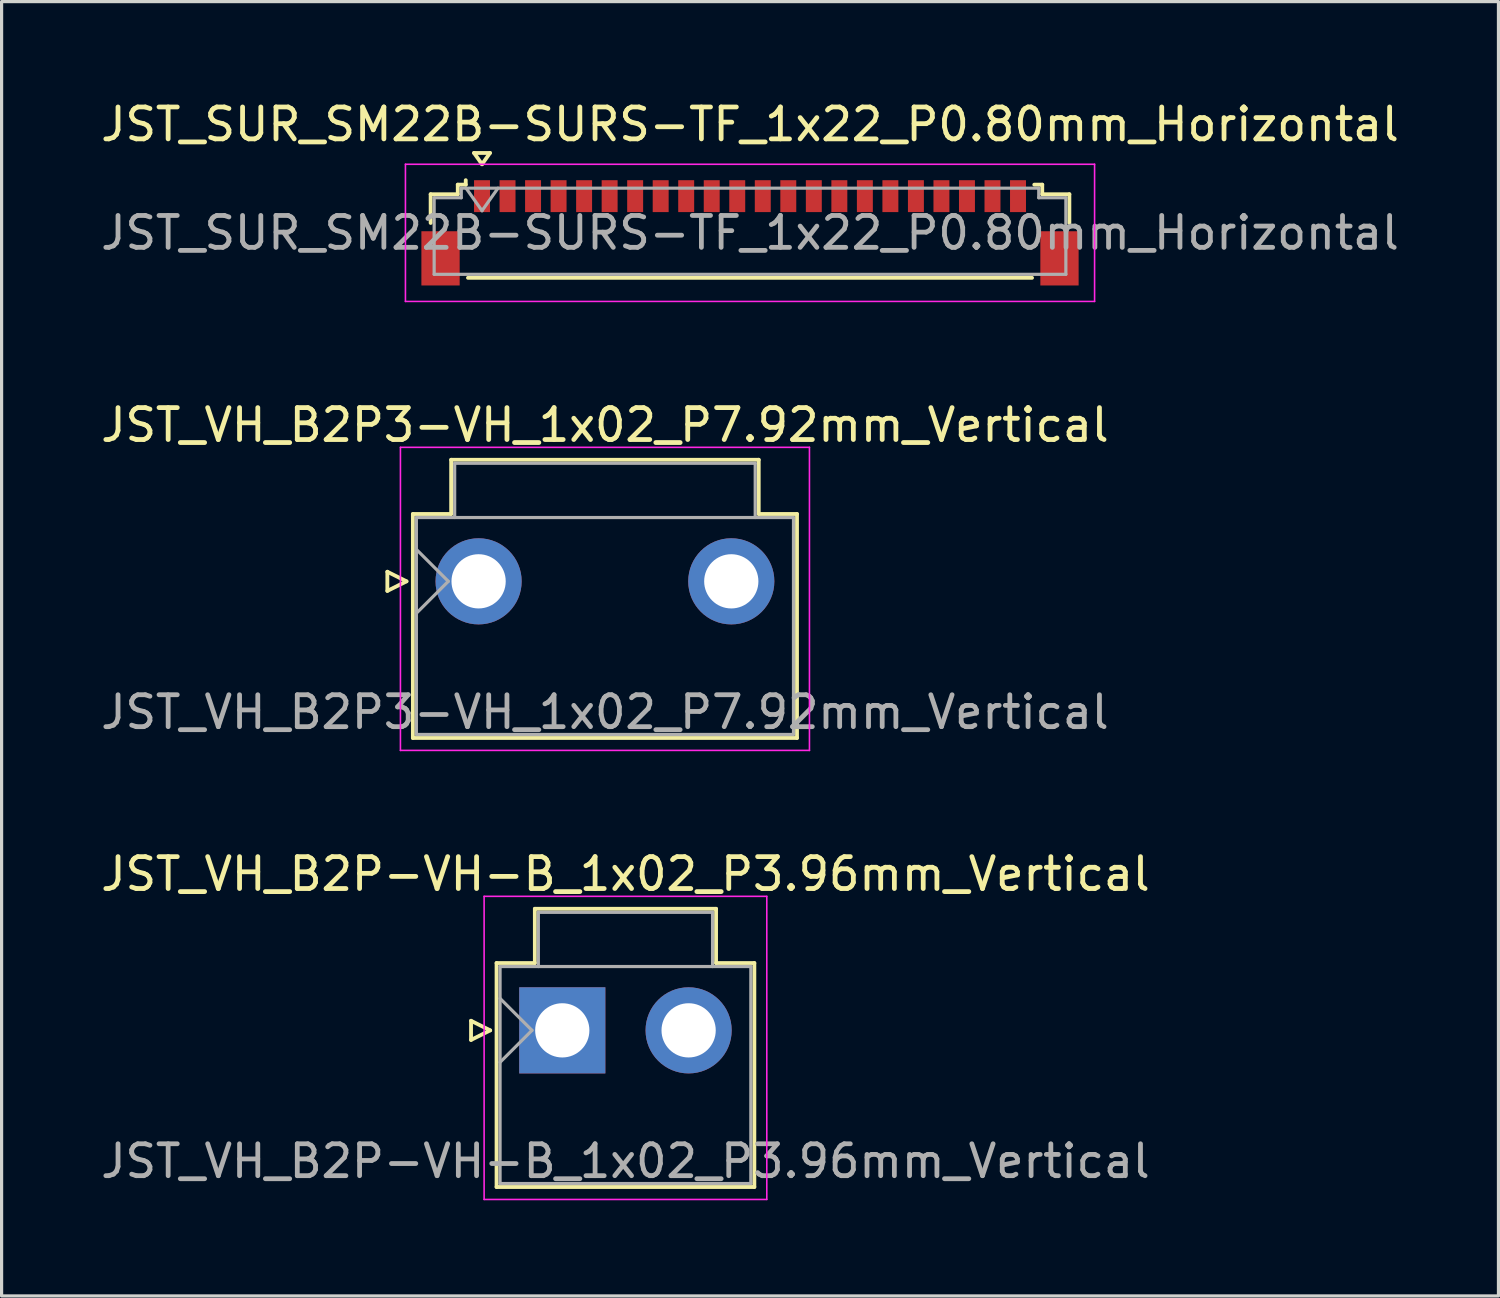
<source format=kicad_pcb>
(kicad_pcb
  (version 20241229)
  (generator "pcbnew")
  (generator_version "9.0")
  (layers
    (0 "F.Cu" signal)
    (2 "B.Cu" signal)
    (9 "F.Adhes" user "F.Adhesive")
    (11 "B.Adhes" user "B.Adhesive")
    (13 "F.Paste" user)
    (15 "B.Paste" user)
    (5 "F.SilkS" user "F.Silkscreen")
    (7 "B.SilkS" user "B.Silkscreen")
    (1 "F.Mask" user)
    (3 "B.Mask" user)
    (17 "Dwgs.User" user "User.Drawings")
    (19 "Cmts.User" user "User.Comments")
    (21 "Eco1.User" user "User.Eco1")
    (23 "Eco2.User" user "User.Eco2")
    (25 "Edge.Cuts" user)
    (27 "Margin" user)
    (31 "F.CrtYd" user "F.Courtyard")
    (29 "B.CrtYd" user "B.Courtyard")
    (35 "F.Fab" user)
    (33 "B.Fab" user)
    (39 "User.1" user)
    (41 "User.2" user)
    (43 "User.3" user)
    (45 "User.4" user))
  (footprint "JST_VH_B2P-VH-B_1x02_P3.96mm_Vertical"
    (layer "F.Cu")
    (at 14.574 29.245)
    (property "Reference" "JST_VH_B2P-VH-B_1x02_P3.96mm_Vertical" (at 1.98 -4.9 0) (layer "F.SilkS") (effects (font (size 1 1) (thickness 0.15))))
    (attr through_hole)
    (fp_line (start -2.86 -0.3) (end -2.26 0) (stroke (width 0.12) (type solid)) (layer "F.SilkS"))
    (fp_line (start -2.86 0.3) (end -2.86 -0.3) (stroke (width 0.12) (type solid)) (layer "F.SilkS"))
    (fp_line (start -2.26 0) (end -2.86 0.3) (stroke (width 0.12) (type solid)) (layer "F.SilkS"))
    (fp_line (start -2.06 -2.11) (end -0.86 -2.11) (stroke (width 0.12) (type solid)) (layer "F.SilkS"))
    (fp_line (start -2.06 4.91) (end -2.06 -2.11) (stroke (width 0.12) (type solid)) (layer "F.SilkS"))
    (fp_line (start -0.86 -3.81) (end 4.82 -3.81) (stroke (width 0.12) (type solid)) (layer "F.SilkS"))
    (fp_line (start -0.86 -2.11) (end -0.86 -3.81) (stroke (width 0.12) (type solid)) (layer "F.SilkS"))
    (fp_line (start 4.82 -3.81) (end 4.82 -2.11) (stroke (width 0.12) (type solid)) (layer "F.SilkS"))
    (fp_line (start 4.82 -2.11) (end 6.02 -2.11) (stroke (width 0.12) (type solid)) (layer "F.SilkS"))
    (fp_line (start 6.02 -2.11) (end 6.02 4.91) (stroke (width 0.12) (type solid)) (layer "F.SilkS"))
    (fp_line (start 6.02 4.91) (end -2.06 4.91) (stroke (width 0.12) (type solid)) (layer "F.SilkS"))
    (fp_line (start -2.45 -4.2) (end -2.45 5.3) (stroke (width 0.05) (type solid)) (layer "F.CrtYd"))
    (fp_line (start -2.45 5.3) (end 6.41 5.3) (stroke (width 0.05) (type solid)) (layer "F.CrtYd"))
    (fp_line (start 6.41 -4.2) (end -2.45 -4.2) (stroke (width 0.05) (type solid)) (layer "F.CrtYd"))
    (fp_line (start 6.41 5.3) (end 6.41 -4.2) (stroke (width 0.05) (type solid)) (layer "F.CrtYd"))
    (fp_line (start -1.95 -2) (end -1.95 4.8) (stroke (width 0.1) (type solid)) (layer "F.Fab"))
    (fp_line (start -1.95 -1) (end -0.95 0) (stroke (width 0.1) (type solid)) (layer "F.Fab"))
    (fp_line (start -1.95 1) (end -0.95 0) (stroke (width 0.1) (type solid)) (layer "F.Fab"))
    (fp_line (start -1.95 4.8) (end 5.91 4.8) (stroke (width 0.1) (type solid)) (layer "F.Fab"))
    (fp_line (start -0.75 -3.7) (end 4.71 -3.7) (stroke (width 0.1) (type solid)) (layer "F.Fab"))
    (fp_line (start -0.75 -2) (end -0.75 -3.7) (stroke (width 0.1) (type solid)) (layer "F.Fab"))
    (fp_line (start 4.71 -3.7) (end 4.71 -2) (stroke (width 0.1) (type solid)) (layer "F.Fab"))
    (fp_line (start 5.91 -2) (end -1.95 -2) (stroke (width 0.1) (type solid)) (layer "F.Fab"))
    (fp_line (start 5.91 4.8) (end 5.91 -2) (stroke (width 0.1) (type solid)) (layer "F.Fab"))
    (fp_text user "${REFERENCE}" (at 1.98 4.1 0) (layer "F.Fab") (effects (font (size 1 1) (thickness 0.15))))
    (pad "1" thru_hole rect (at 0 0) (size 2.7 2.7) (drill 1.7) (layers "*.Cu" "*.Mask"))
    (pad "2" thru_hole circle (at 3.96 0) (size 2.7 2.7) (drill 1.7) (layers "*.Cu" "*.Mask")))
  (footprint "JST_VH_B2P3-VH_1x02_P7.92mm_Vertical"
    (layer "F.Cu")
    (at 11.951 15.171)
    (property "Reference" "JST_VH_B2P3-VH_1x02_P7.92mm_Vertical" (at 3.96 -4.9 0) (layer "F.SilkS") (effects (font (size 1 1) (thickness 0.15))))
    (attr through_hole)
    (fp_line (start -2.86 -0.3) (end -2.26 0) (stroke (width 0.12) (type solid)) (layer "F.SilkS"))
    (fp_line (start -2.86 0.3) (end -2.86 -0.3) (stroke (width 0.12) (type solid)) (layer "F.SilkS"))
    (fp_line (start -2.26 0) (end -2.86 0.3) (stroke (width 0.12) (type solid)) (layer "F.SilkS"))
    (fp_line (start -2.06 -2.11) (end -0.86 -2.11) (stroke (width 0.12) (type solid)) (layer "F.SilkS"))
    (fp_line (start -2.06 4.91) (end -2.06 -2.11) (stroke (width 0.12) (type solid)) (layer "F.SilkS"))
    (fp_line (start -0.86 -3.81) (end 8.78 -3.81) (stroke (width 0.12) (type solid)) (layer "F.SilkS"))
    (fp_line (start -0.86 -2.11) (end -0.86 -3.81) (stroke (width 0.12) (type solid)) (layer "F.SilkS"))
    (fp_line (start 8.78 -3.81) (end 8.78 -2.11) (stroke (width 0.12) (type solid)) (layer "F.SilkS"))
    (fp_line (start 8.78 -2.11) (end 9.98 -2.11) (stroke (width 0.12) (type solid)) (layer "F.SilkS"))
    (fp_line (start 9.98 -2.11) (end 9.98 4.91) (stroke (width 0.12) (type solid)) (layer "F.SilkS"))
    (fp_line (start 9.98 4.91) (end -2.06 4.91) (stroke (width 0.12) (type solid)) (layer "F.SilkS"))
    (fp_line (start -2.45 -4.2) (end -2.45 5.3) (stroke (width 0.05) (type solid)) (layer "F.CrtYd"))
    (fp_line (start -2.45 5.3) (end 10.37 5.3) (stroke (width 0.05) (type solid)) (layer "F.CrtYd"))
    (fp_line (start 10.37 -4.2) (end -2.45 -4.2) (stroke (width 0.05) (type solid)) (layer "F.CrtYd"))
    (fp_line (start 10.37 5.3) (end 10.37 -4.2) (stroke (width 0.05) (type solid)) (layer "F.CrtYd"))
    (fp_line (start -1.95 -2) (end -1.95 4.8) (stroke (width 0.1) (type solid)) (layer "F.Fab"))
    (fp_line (start -1.95 -1) (end -0.95 0) (stroke (width 0.1) (type solid)) (layer "F.Fab"))
    (fp_line (start -1.95 1) (end -0.95 0) (stroke (width 0.1) (type solid)) (layer "F.Fab"))
    (fp_line (start -1.95 4.8) (end 9.87 4.8) (stroke (width 0.1) (type solid)) (layer "F.Fab"))
    (fp_line (start -0.75 -3.7) (end 8.67 -3.7) (stroke (width 0.1) (type solid)) (layer "F.Fab"))
    (fp_line (start -0.75 -2) (end -0.75 -3.7) (stroke (width 0.1) (type solid)) (layer "F.Fab"))
    (fp_line (start 8.67 -3.7) (end 8.67 -2) (stroke (width 0.1) (type solid)) (layer "F.Fab"))
    (fp_line (start 9.87 -2) (end -1.95 -2) (stroke (width 0.1) (type solid)) (layer "F.Fab"))
    (fp_line (start 9.87 4.8) (end 9.87 -2) (stroke (width 0.1) (type solid)) (layer "F.Fab"))
    (fp_text user "${REFERENCE}" (at 3.96 4.1 0) (layer "F.Fab") (effects (font (size 1 1) (thickness 0.15))))
    (pad "1" thru_hole circle (at 0 0) (size 2.7 2.7) (drill 1.7) (layers "*.Cu" "*.Mask"))
    (pad "2" thru_hole circle (at 7.92 0) (size 2.7 2.7) (drill 1.7) (layers "*.Cu" "*.Mask")))
  (footprint "JST_SUR_SM22B-SURS-TF_1x22_P0.80mm_Horizontal"
    (layer "F.Cu")
    (at 20.458 4.248)
    (property "Reference" "JST_SUR_SM22B-SURS-TF_1x22_P0.80mm_Horizontal" (at 0 -3.4 0) (layer "F.SilkS") (effects (font (size 1 1) (thickness 0.15))))
    (attr smd)
    (fp_line (start -10.01 -1.21) (end -9.16 -1.21) (stroke (width 0.12) (type solid)) (layer "F.SilkS"))
    (fp_line (start -10.01 -0.31) (end -10.01 -1.21) (stroke (width 0.12) (type solid)) (layer "F.SilkS"))
    (fp_line (start -9.16 -1.51) (end -8.91 -1.51) (stroke (width 0.12) (type solid)) (layer "F.SilkS"))
    (fp_line (start -9.16 -1.21) (end -9.16 -1.51) (stroke (width 0.12) (type solid)) (layer "F.SilkS"))
    (fp_line (start -8.91 -1.51) (end -8.91 -1.65) (stroke (width 0.12) (type solid)) (layer "F.SilkS"))
    (fp_line (start -8.84 1.41) (end 8.84 1.41) (stroke (width 0.12) (type solid)) (layer "F.SilkS"))
    (fp_line (start -8.65 -2.504) (end -8.4 -2.15) (stroke (width 0.12) (type solid)) (layer "F.SilkS"))
    (fp_line (start -8.4 -2.15) (end -8.15 -2.504) (stroke (width 0.12) (type solid)) (layer "F.SilkS"))
    (fp_line (start -8.15 -2.504) (end -8.65 -2.504) (stroke (width 0.12) (type solid)) (layer "F.SilkS"))
    (fp_line (start 9.16 -1.51) (end 8.91 -1.51) (stroke (width 0.12) (type solid)) (layer "F.SilkS"))
    (fp_line (start 9.16 -1.21) (end 9.16 -1.51) (stroke (width 0.12) (type solid)) (layer "F.SilkS"))
    (fp_line (start 10.01 -1.21) (end 9.16 -1.21) (stroke (width 0.12) (type solid)) (layer "F.SilkS"))
    (fp_line (start 10.01 -0.31) (end 10.01 -1.21) (stroke (width 0.12) (type solid)) (layer "F.SilkS"))
    (fp_line (start -10.8 -2.15) (end -10.8 2.15) (stroke (width 0.05) (type solid)) (layer "F.CrtYd"))
    (fp_line (start -10.8 2.15) (end 10.8 2.15) (stroke (width 0.05) (type solid)) (layer "F.CrtYd"))
    (fp_line (start 10.8 -2.15) (end -10.8 -2.15) (stroke (width 0.05) (type solid)) (layer "F.CrtYd"))
    (fp_line (start 10.8 2.15) (end 10.8 -2.15) (stroke (width 0.05) (type solid)) (layer "F.CrtYd"))
    (fp_line (start -9.9 -1.1) (end -9.9 1.3) (stroke (width 0.1) (type solid)) (layer "F.Fab"))
    (fp_line (start -9.9 -1.1) (end -9.05 -1.1) (stroke (width 0.1) (type solid)) (layer "F.Fab"))
    (fp_line (start -9.9 1.3) (end 9.9 1.3) (stroke (width 0.1) (type solid)) (layer "F.Fab"))
    (fp_line (start -9.05 -1.4) (end 9.05 -1.4) (stroke (width 0.1) (type solid)) (layer "F.Fab"))
    (fp_line (start -9.05 -1.1) (end -9.05 -1.4) (stroke (width 0.1) (type solid)) (layer "F.Fab"))
    (fp_line (start -8.9 -1.4) (end -8.4 -0.693) (stroke (width 0.1) (type solid)) (layer "F.Fab"))
    (fp_line (start -8.4 -0.693) (end -7.9 -1.4) (stroke (width 0.1) (type solid)) (layer "F.Fab"))
    (fp_line (start 9.05 -1.4) (end 9.05 -1.1) (stroke (width 0.1) (type solid)) (layer "F.Fab"))
    (fp_line (start 9.05 -1.1) (end 9.9 -1.1) (stroke (width 0.1) (type solid)) (layer "F.Fab"))
    (fp_line (start 9.9 -1.1) (end 9.9 1.3) (stroke (width 0.1) (type solid)) (layer "F.Fab"))
    (fp_text user "${REFERENCE}" (at 0 0 0) (layer "F.Fab") (effects (font (size 1 1) (thickness 0.15))))
    (pad "" smd rect (at -9.7 0.8) (size 1.2 1.7) (layers "F.Cu" "F.Mask" "F.Paste"))
    (pad "" smd rect (at 9.7 0.8) (size 1.2 1.7) (layers "F.Cu" "F.Mask" "F.Paste"))
    (pad "1" smd rect (at -8.4 -1.15) (size 0.5 1) (layers "F.Cu" "F.Mask" "F.Paste"))
    (pad "2" smd rect (at -7.6 -1.15) (size 0.5 1) (layers "F.Cu" "F.Mask" "F.Paste"))
    (pad "3" smd rect (at -6.8 -1.15) (size 0.5 1) (layers "F.Cu" "F.Mask" "F.Paste"))
    (pad "4" smd rect (at -6 -1.15) (size 0.5 1) (layers "F.Cu" "F.Mask" "F.Paste"))
    (pad "5" smd rect (at -5.2 -1.15) (size 0.5 1) (layers "F.Cu" "F.Mask" "F.Paste"))
    (pad "6" smd rect (at -4.4 -1.15) (size 0.5 1) (layers "F.Cu" "F.Mask" "F.Paste"))
    (pad "7" smd rect (at -3.6 -1.15) (size 0.5 1) (layers "F.Cu" "F.Mask" "F.Paste"))
    (pad "8" smd rect (at -2.8 -1.15) (size 0.5 1) (layers "F.Cu" "F.Mask" "F.Paste"))
    (pad "9" smd rect (at -2 -1.15) (size 0.5 1) (layers "F.Cu" "F.Mask" "F.Paste"))
    (pad "10" smd rect (at -1.2 -1.15) (size 0.5 1) (layers "F.Cu" "F.Mask" "F.Paste"))
    (pad "11" smd rect (at -0.4 -1.15) (size 0.5 1) (layers "F.Cu" "F.Mask" "F.Paste"))
    (pad "12" smd rect (at 0.4 -1.15) (size 0.5 1) (layers "F.Cu" "F.Mask" "F.Paste"))
    (pad "13" smd rect (at 1.2 -1.15) (size 0.5 1) (layers "F.Cu" "F.Mask" "F.Paste"))
    (pad "14" smd rect (at 2 -1.15) (size 0.5 1) (layers "F.Cu" "F.Mask" "F.Paste"))
    (pad "15" smd rect (at 2.8 -1.15) (size 0.5 1) (layers "F.Cu" "F.Mask" "F.Paste"))
    (pad "16" smd rect (at 3.6 -1.15) (size 0.5 1) (layers "F.Cu" "F.Mask" "F.Paste"))
    (pad "17" smd rect (at 4.4 -1.15) (size 0.5 1) (layers "F.Cu" "F.Mask" "F.Paste"))
    (pad "18" smd rect (at 5.2 -1.15) (size 0.5 1) (layers "F.Cu" "F.Mask" "F.Paste"))
    (pad "19" smd rect (at 6 -1.15) (size 0.5 1) (layers "F.Cu" "F.Mask" "F.Paste"))
    (pad "20" smd rect (at 6.8 -1.15) (size 0.5 1) (layers "F.Cu" "F.Mask" "F.Paste"))
    (pad "21" smd rect (at 7.6 -1.15) (size 0.5 1) (layers "F.Cu" "F.Mask" "F.Paste"))
    (pad "22" smd rect (at 8.4 -1.15) (size 0.5 1) (layers "F.Cu" "F.Mask" "F.Paste")))
  (gr_rect
    (start -3 -3)
    (end 43.917 37.57)
    (stroke (width 0.1) (type default))
    (fill no)
    (layer "Edge.Cuts")))
</source>
